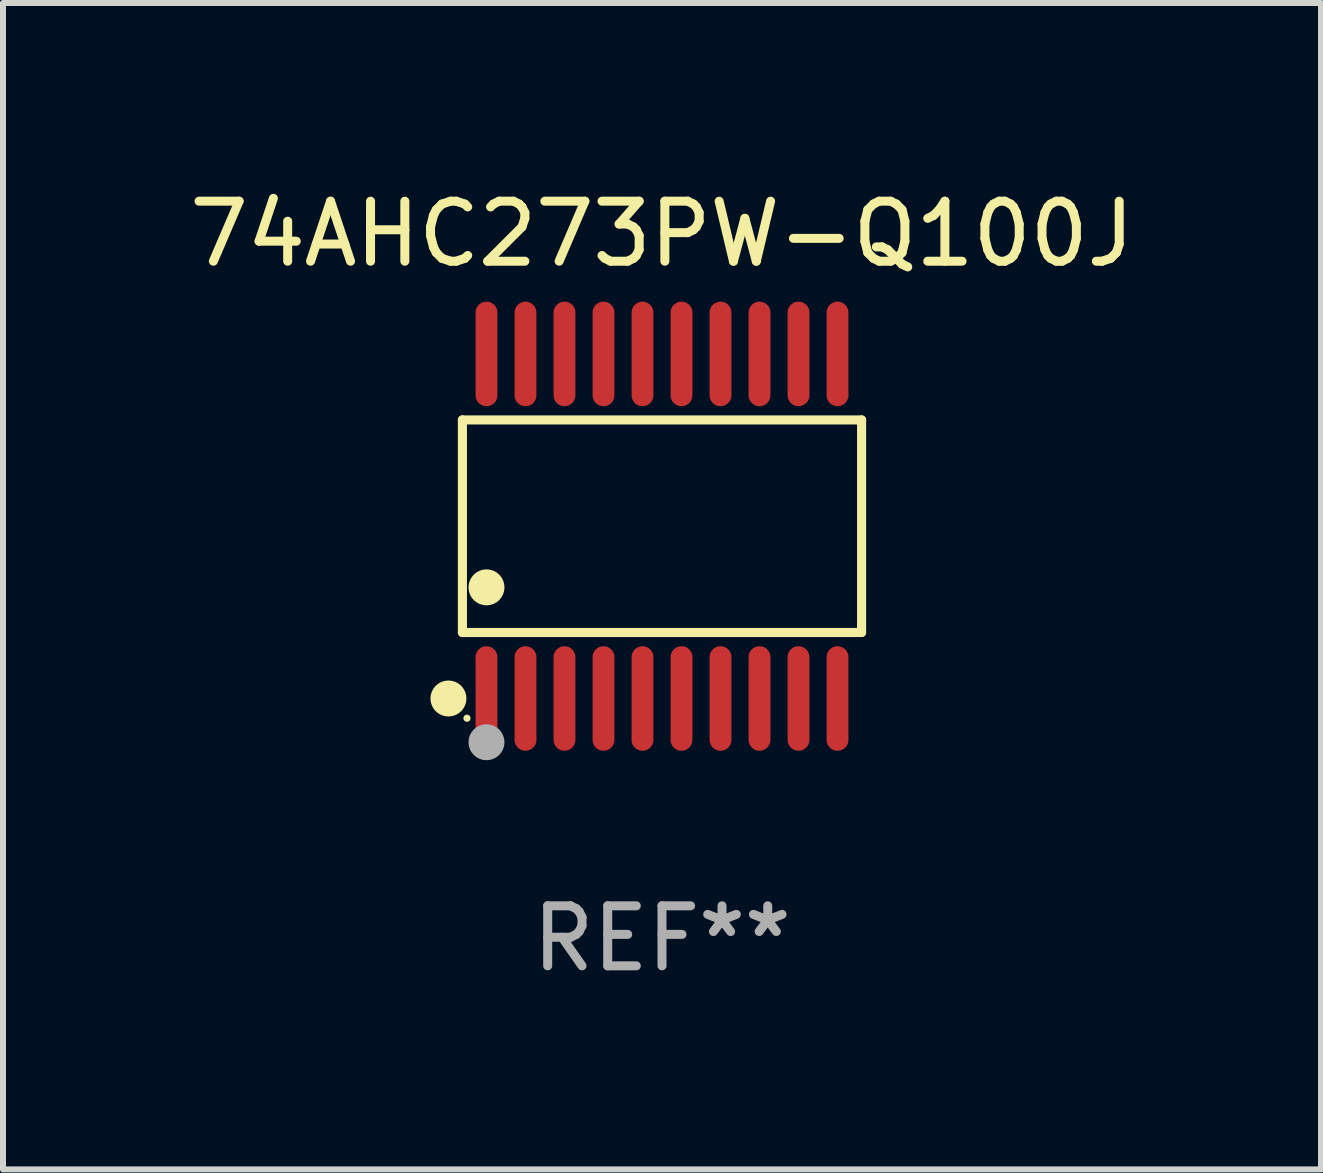
<source format=kicad_pcb>
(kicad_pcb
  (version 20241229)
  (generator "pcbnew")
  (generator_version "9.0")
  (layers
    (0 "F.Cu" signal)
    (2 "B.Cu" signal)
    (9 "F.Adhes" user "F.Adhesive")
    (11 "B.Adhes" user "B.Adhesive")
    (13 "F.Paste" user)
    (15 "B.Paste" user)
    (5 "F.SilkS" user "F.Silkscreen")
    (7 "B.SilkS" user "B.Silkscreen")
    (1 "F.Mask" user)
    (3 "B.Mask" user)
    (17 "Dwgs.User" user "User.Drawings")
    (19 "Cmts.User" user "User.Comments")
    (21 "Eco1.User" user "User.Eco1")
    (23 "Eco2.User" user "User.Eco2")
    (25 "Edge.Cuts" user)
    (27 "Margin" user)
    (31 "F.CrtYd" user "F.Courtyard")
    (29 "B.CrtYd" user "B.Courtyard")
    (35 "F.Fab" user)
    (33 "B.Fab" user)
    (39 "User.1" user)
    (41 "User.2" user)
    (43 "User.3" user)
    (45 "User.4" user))
  (footprint "74AHC273PW-Q100J"
    (layer "F.Cu")
    (at 7.982 5.719)
    (property "Reference" "74AHC273PW-Q100J" (at 0 -4.871 0) (layer "F.SilkS") (effects (font (size 1 1) (thickness 0.15))))
    (attr through_hole)
    (fp_line (start -3.326 -1.771) (end 3.326 -1.771) (stroke (width 0.152) (type solid)) (layer "F.SilkS"))
    (fp_line (start -3.326 1.771) (end -3.326 -1.771) (stroke (width 0.152) (type solid)) (layer "F.SilkS"))
    (fp_line (start 3.326 -1.771) (end 3.326 1.771) (stroke (width 0.152) (type solid)) (layer "F.SilkS"))
    (fp_line (start 3.326 1.771) (end -3.326 1.771) (stroke (width 0.152) (type solid)) (layer "F.SilkS"))
    (fp_circle (center -3.559 2.871) (end -3.409 2.871) (stroke (width 0.3) (type solid)) (fill no) (layer "F.SilkS"))
    (fp_circle (center -3.25 3.2) (end -3.22 3.2) (stroke (width 0.06) (type solid)) (fill no) (layer "F.SilkS"))
    (fp_circle (center -2.925 1.019) (end -2.775 1.019) (stroke (width 0.3) (type solid)) (fill no) (layer "F.SilkS"))
    (fp_circle (center -2.925 3.6) (end -2.775 3.6) (stroke (width 0.3) (type solid)) (fill no) (layer "F.Fab"))
    (fp_text user "REF**" (at 0 6.871 0) (layer "F.Fab") (effects (font (size 1 1) (thickness 0.15))))
    (pad "1" smd oval (at -2.925 2.871) (size 0.364 1.742) (layers "F.Cu" "F.Mask" "F.Paste"))
    (pad "2" smd oval (at -2.275 2.871) (size 0.364 1.742) (layers "F.Cu" "F.Mask" "F.Paste"))
    (pad "3" smd oval (at -1.625 2.871) (size 0.364 1.742) (layers "F.Cu" "F.Mask" "F.Paste"))
    (pad "4" smd oval (at -0.975 2.871) (size 0.364 1.742) (layers "F.Cu" "F.Mask" "F.Paste"))
    (pad "5" smd oval (at -0.325 2.871) (size 0.364 1.742) (layers "F.Cu" "F.Mask" "F.Paste"))
    (pad "6" smd oval (at 0.325 2.871) (size 0.364 1.742) (layers "F.Cu" "F.Mask" "F.Paste"))
    (pad "7" smd oval (at 0.975 2.871) (size 0.364 1.742) (layers "F.Cu" "F.Mask" "F.Paste"))
    (pad "8" smd oval (at 1.625 2.871) (size 0.364 1.742) (layers "F.Cu" "F.Mask" "F.Paste"))
    (pad "9" smd oval (at 2.275 2.871) (size 0.364 1.742) (layers "F.Cu" "F.Mask" "F.Paste"))
    (pad "10" smd oval (at 2.925 2.871) (size 0.364 1.742) (layers "F.Cu" "F.Mask" "F.Paste"))
    (pad "11" smd oval (at 2.925 -2.871) (size 0.364 1.742) (layers "F.Cu" "F.Mask" "F.Paste"))
    (pad "12" smd oval (at 2.275 -2.871) (size 0.364 1.742) (layers "F.Cu" "F.Mask" "F.Paste"))
    (pad "13" smd oval (at 1.625 -2.871) (size 0.364 1.742) (layers "F.Cu" "F.Mask" "F.Paste"))
    (pad "14" smd oval (at 0.975 -2.871) (size 0.364 1.742) (layers "F.Cu" "F.Mask" "F.Paste"))
    (pad "15" smd oval (at 0.325 -2.871) (size 0.364 1.742) (layers "F.Cu" "F.Mask" "F.Paste"))
    (pad "16" smd oval (at -0.325 -2.871) (size 0.364 1.742) (layers "F.Cu" "F.Mask" "F.Paste"))
    (pad "17" smd oval (at -0.975 -2.871) (size 0.364 1.742) (layers "F.Cu" "F.Mask" "F.Paste"))
    (pad "18" smd oval (at -1.625 -2.871) (size 0.364 1.742) (layers "F.Cu" "F.Mask" "F.Paste"))
    (pad "19" smd oval (at -2.275 -2.871) (size 0.364 1.742) (layers "F.Cu" "F.Mask" "F.Paste"))
    (pad "20" smd oval (at -2.925 -2.871) (size 0.364 1.742) (layers "F.Cu" "F.Mask" "F.Paste")))
  (gr_rect
    (start -3 -3)
    (end 18.964 16.438)
    (stroke (width 0.1) (type default))
    (fill no)
    (layer "Edge.Cuts")))
</source>
